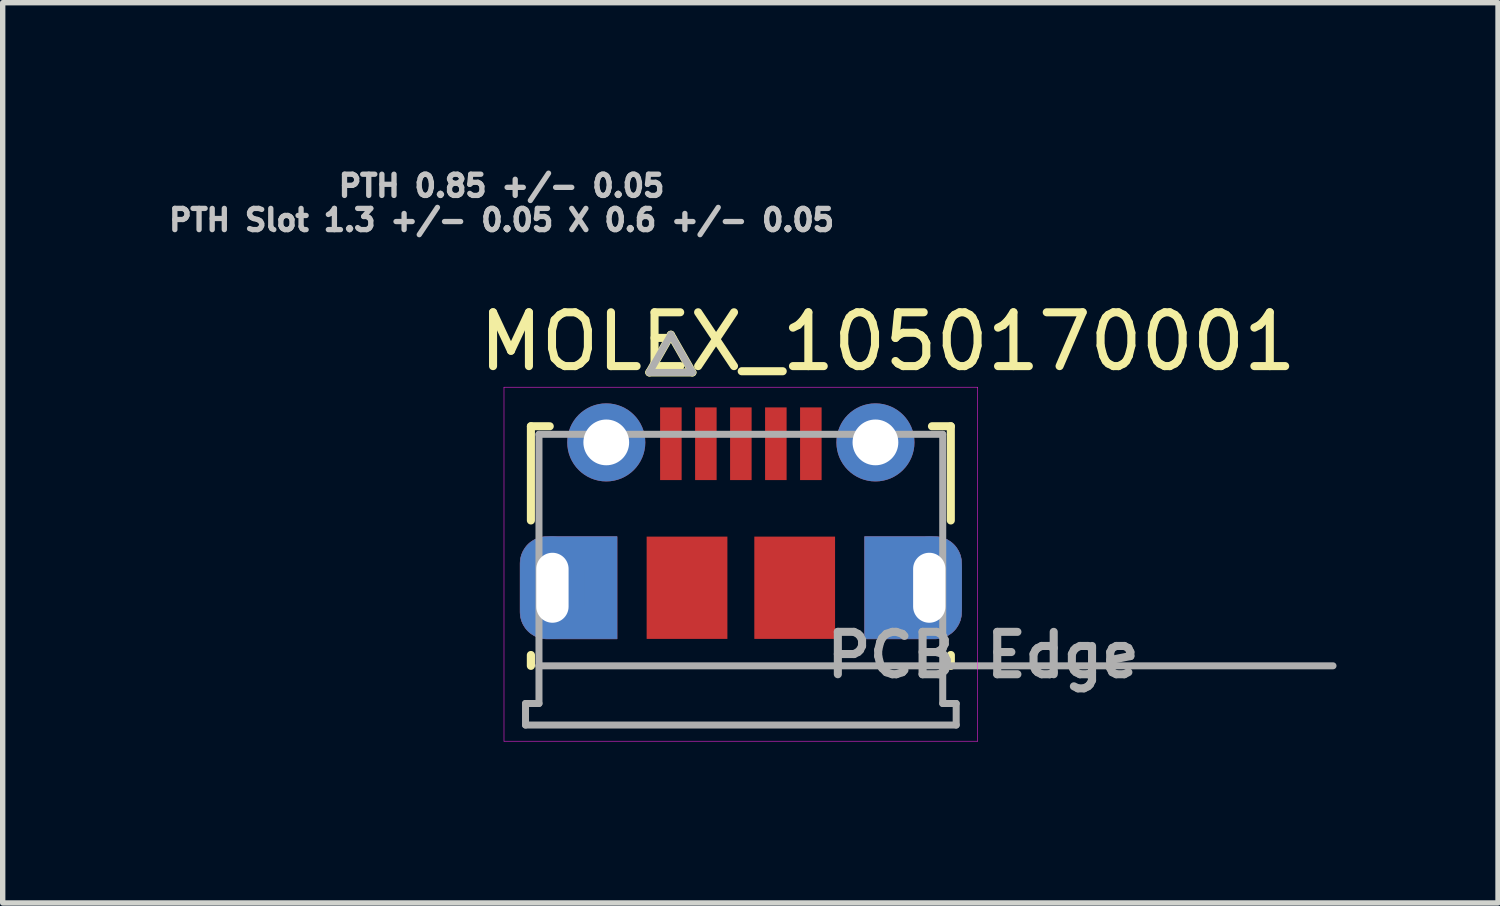
<source format=kicad_pcb>
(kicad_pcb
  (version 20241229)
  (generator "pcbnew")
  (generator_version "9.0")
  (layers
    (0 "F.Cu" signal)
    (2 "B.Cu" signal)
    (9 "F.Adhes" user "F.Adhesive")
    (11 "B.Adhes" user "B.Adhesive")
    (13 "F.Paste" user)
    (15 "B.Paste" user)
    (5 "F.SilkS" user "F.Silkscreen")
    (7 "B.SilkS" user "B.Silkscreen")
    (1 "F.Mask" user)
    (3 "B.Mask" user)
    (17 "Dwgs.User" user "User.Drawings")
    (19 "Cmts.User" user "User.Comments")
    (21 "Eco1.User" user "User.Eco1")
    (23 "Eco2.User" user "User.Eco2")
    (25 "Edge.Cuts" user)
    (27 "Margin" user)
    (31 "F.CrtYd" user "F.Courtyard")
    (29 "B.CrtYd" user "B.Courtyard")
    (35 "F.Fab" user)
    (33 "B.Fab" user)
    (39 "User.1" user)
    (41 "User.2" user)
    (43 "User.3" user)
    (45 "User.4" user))
  (footprint "MOLEX_1050170001"
    (layer "F.Cu")
    (at 10.712 9.318)
    (property "Reference" "MOLEX_1050170001" (at 2.73 -6.022 0) (layer "F.SilkS") (effects (font (size 1 1) (thickness 0.15))))
    (attr smd)
    (fp_poly (pts (xy -2.3 -0.5) (xy -3.6 -0.5) (xy -3.626 -0.501) (xy -3.652 -0.503) (xy -3.678 -0.506) (xy -3.704 -0.511) (xy -3.729 -0.517) (xy -3.755 -0.524) (xy -3.779 -0.533) (xy -3.803 -0.543) (xy -3.827 -0.554) (xy -3.85 -0.567) (xy -3.872 -0.581) (xy -3.894 -0.595) (xy -3.915 -0.611) (xy -3.935 -0.628) (xy -3.954 -0.646) (xy -3.972 -0.665) (xy -3.989 -0.685) (xy -4.005 -0.706) (xy -4.019 -0.728) (xy -4.033 -0.75) (xy -4.046 -0.773) (xy -4.057 -0.797) (xy -4.067 -0.821) (xy -4.076 -0.845) (xy -4.083 -0.871) (xy -4.089 -0.896) (xy -4.094 -0.922) (xy -4.097 -0.948) (xy -4.099 -0.974) (xy -4.1 -1) (xy -4.1 -1.9) (xy -4.099 -1.926) (xy -4.097 -1.952) (xy -4.094 -1.978) (xy -4.089 -2.004) (xy -4.083 -2.029) (xy -4.076 -2.055) (xy -4.067 -2.079) (xy -4.057 -2.103) (xy -4.046 -2.127) (xy -4.033 -2.15) (xy -4.019 -2.172) (xy -4.005 -2.194) (xy -3.989 -2.215) (xy -3.972 -2.235) (xy -3.954 -2.254) (xy -3.935 -2.272) (xy -3.915 -2.289) (xy -3.894 -2.305) (xy -3.872 -2.319) (xy -3.85 -2.333) (xy -3.827 -2.346) (xy -3.803 -2.357) (xy -3.779 -2.367) (xy -3.755 -2.376) (xy -3.729 -2.383) (xy -3.704 -2.389) (xy -3.678 -2.394) (xy -3.652 -2.397) (xy -3.626 -2.399) (xy -3.6 -2.4) (xy -2.3 -2.4) (xy -2.3 -0.5)) (stroke (width 0.01) (type solid)) (fill yes) (layer "F.Cu"))
    (fp_poly (pts (xy 2.3 -0.5) (xy 3.6 -0.5) (xy 3.626 -0.501) (xy 3.652 -0.503) (xy 3.678 -0.506) (xy 3.704 -0.511) (xy 3.729 -0.517) (xy 3.755 -0.524) (xy 3.779 -0.533) (xy 3.803 -0.543) (xy 3.827 -0.554) (xy 3.85 -0.567) (xy 3.872 -0.581) (xy 3.894 -0.595) (xy 3.915 -0.611) (xy 3.935 -0.628) (xy 3.954 -0.646) (xy 3.972 -0.665) (xy 3.989 -0.685) (xy 4.005 -0.706) (xy 4.019 -0.728) (xy 4.033 -0.75) (xy 4.046 -0.773) (xy 4.057 -0.797) (xy 4.067 -0.821) (xy 4.076 -0.845) (xy 4.083 -0.871) (xy 4.089 -0.896) (xy 4.094 -0.922) (xy 4.097 -0.948) (xy 4.099 -0.974) (xy 4.1 -1) (xy 4.1 -1.9) (xy 4.099 -1.926) (xy 4.097 -1.952) (xy 4.094 -1.978) (xy 4.089 -2.004) (xy 4.083 -2.029) (xy 4.076 -2.055) (xy 4.067 -2.079) (xy 4.057 -2.103) (xy 4.046 -2.127) (xy 4.033 -2.15) (xy 4.019 -2.172) (xy 4.005 -2.194) (xy 3.989 -2.215) (xy 3.972 -2.235) (xy 3.954 -2.254) (xy 3.935 -2.272) (xy 3.915 -2.289) (xy 3.894 -2.305) (xy 3.872 -2.319) (xy 3.85 -2.333) (xy 3.827 -2.346) (xy 3.803 -2.357) (xy 3.779 -2.367) (xy 3.755 -2.376) (xy 3.729 -2.383) (xy 3.704 -2.389) (xy 3.678 -2.394) (xy 3.652 -2.397) (xy 3.626 -2.399) (xy 3.6 -2.4) (xy 2.3 -2.4) (xy 2.3 -0.5)) (stroke (width 0.01) (type solid)) (fill yes) (layer "F.Cu"))
    (fp_circle (center -2.5 -4.15) (end -2.106 -4.15) (stroke (width 0.788) (type solid)) (fill no) (layer "F.Mask"))
    (fp_circle (center 2.5 -4.15) (end 2.894 -4.15) (stroke (width 0.788) (type solid)) (fill no) (layer "F.Mask"))
    (fp_poly (pts (xy -1.813 -2.463) (xy -0.186 -2.463) (xy -0.186 -0.436) (xy -1.813 -0.436)) (stroke (width 0.01) (type solid)) (fill yes) (layer "F.Mask"))
    (fp_poly (pts (xy -1.563 -4.864) (xy -1.036 -4.864) (xy -1.036 -3.386) (xy -1.563 -3.386)) (stroke (width 0.01) (type solid)) (fill yes) (layer "F.Mask"))
    (fp_poly (pts (xy -0.913 -4.864) (xy -0.387 -4.864) (xy -0.387 -3.386) (xy -0.913 -3.386)) (stroke (width 0.01) (type solid)) (fill yes) (layer "F.Mask"))
    (fp_poly (pts (xy -0.264 -4.864) (xy 0.264 -4.864) (xy 0.264 -3.386) (xy -0.264 -3.386)) (stroke (width 0.01) (type solid)) (fill yes) (layer "F.Mask"))
    (fp_poly (pts (xy 0.186 -2.463) (xy 1.813 -2.463) (xy 1.813 -0.436) (xy 0.186 -0.436)) (stroke (width 0.01) (type solid)) (fill yes) (layer "F.Mask"))
    (fp_poly (pts (xy 0.387 -4.864) (xy 0.913 -4.864) (xy 0.913 -3.386) (xy 0.387 -3.386)) (stroke (width 0.01) (type solid)) (fill yes) (layer "F.Mask"))
    (fp_poly (pts (xy 1.036 -4.864) (xy 1.563 -4.864) (xy 1.563 -3.386) (xy 1.036 -3.386)) (stroke (width 0.01) (type solid)) (fill yes) (layer "F.Mask"))
    (fp_poly (pts (xy -2.236 -0.436) (xy -3.6 -0.436) (xy -3.629 -0.437) (xy -3.659 -0.44) (xy -3.688 -0.443) (xy -3.717 -0.449) (xy -3.746 -0.456) (xy -3.774 -0.464) (xy -3.802 -0.474) (xy -3.829 -0.485) (xy -3.856 -0.498) (xy -3.882 -0.512) (xy -3.907 -0.527) (xy -3.931 -0.544) (xy -3.955 -0.562) (xy -3.977 -0.581) (xy -3.998 -0.602) (xy -4.019 -0.623) (xy -4.038 -0.645) (xy -4.056 -0.669) (xy -4.073 -0.693) (xy -4.088 -0.718) (xy -4.102 -0.744) (xy -4.115 -0.771) (xy -4.126 -0.798) (xy -4.136 -0.826) (xy -4.144 -0.854) (xy -4.151 -0.883) (xy -4.157 -0.912) (xy -4.16 -0.941) (xy -4.163 -0.971) (xy -4.163 -1) (xy -4.163 -1.9) (xy -4.163 -1.929) (xy -4.16 -1.959) (xy -4.157 -1.988) (xy -4.151 -2.017) (xy -4.144 -2.046) (xy -4.136 -2.074) (xy -4.126 -2.102) (xy -4.115 -2.129) (xy -4.102 -2.156) (xy -4.088 -2.182) (xy -4.073 -2.207) (xy -4.056 -2.231) (xy -4.038 -2.255) (xy -4.019 -2.277) (xy -3.998 -2.298) (xy -3.977 -2.319) (xy -3.955 -2.338) (xy -3.931 -2.356) (xy -3.907 -2.373) (xy -3.882 -2.388) (xy -3.856 -2.402) (xy -3.829 -2.415) (xy -3.802 -2.426) (xy -3.774 -2.436) (xy -3.746 -2.444) (xy -3.717 -2.451) (xy -3.688 -2.457) (xy -3.659 -2.46) (xy -3.629 -2.463) (xy -3.6 -2.463) (xy -2.236 -2.463) (xy -2.236 -0.436) (xy -2.236 -0.436)) (stroke (width 0.01) (type solid)) (fill yes) (layer "F.Mask"))
    (fp_poly (pts (xy 2.236 -0.436) (xy 3.6 -0.436) (xy 3.629 -0.437) (xy 3.659 -0.44) (xy 3.688 -0.443) (xy 3.717 -0.449) (xy 3.746 -0.456) (xy 3.774 -0.464) (xy 3.802 -0.474) (xy 3.829 -0.485) (xy 3.856 -0.498) (xy 3.882 -0.512) (xy 3.907 -0.527) (xy 3.931 -0.544) (xy 3.955 -0.562) (xy 3.977 -0.581) (xy 3.998 -0.602) (xy 4.019 -0.623) (xy 4.038 -0.645) (xy 4.056 -0.669) (xy 4.073 -0.693) (xy 4.088 -0.718) (xy 4.102 -0.744) (xy 4.115 -0.771) (xy 4.126 -0.798) (xy 4.136 -0.826) (xy 4.144 -0.854) (xy 4.151 -0.883) (xy 4.157 -0.912) (xy 4.16 -0.941) (xy 4.163 -0.971) (xy 4.163 -1) (xy 4.163 -1.9) (xy 4.163 -1.929) (xy 4.16 -1.959) (xy 4.157 -1.988) (xy 4.151 -2.017) (xy 4.144 -2.046) (xy 4.136 -2.074) (xy 4.126 -2.102) (xy 4.115 -2.129) (xy 4.102 -2.156) (xy 4.088 -2.182) (xy 4.073 -2.207) (xy 4.056 -2.231) (xy 4.038 -2.255) (xy 4.019 -2.277) (xy 3.998 -2.298) (xy 3.977 -2.319) (xy 3.955 -2.338) (xy 3.931 -2.356) (xy 3.907 -2.373) (xy 3.882 -2.388) (xy 3.856 -2.402) (xy 3.829 -2.415) (xy 3.802 -2.426) (xy 3.774 -2.436) (xy 3.746 -2.444) (xy 3.717 -2.451) (xy 3.688 -2.457) (xy 3.659 -2.46) (xy 3.629 -2.463) (xy 3.6 -2.463) (xy 2.236 -2.463) (xy 2.236 -0.436) (xy 2.236 -0.436)) (stroke (width 0.01) (type solid)) (fill yes) (layer "F.Mask"))
    (fp_poly (pts (xy -2.3 -0.5) (xy -3.6 -0.5) (xy -3.626 -0.501) (xy -3.652 -0.503) (xy -3.678 -0.506) (xy -3.704 -0.511) (xy -3.729 -0.517) (xy -3.755 -0.524) (xy -3.779 -0.533) (xy -3.803 -0.543) (xy -3.827 -0.554) (xy -3.85 -0.567) (xy -3.872 -0.581) (xy -3.894 -0.595) (xy -3.915 -0.611) (xy -3.935 -0.628) (xy -3.954 -0.646) (xy -3.972 -0.665) (xy -3.989 -0.685) (xy -4.005 -0.706) (xy -4.019 -0.728) (xy -4.033 -0.75) (xy -4.046 -0.773) (xy -4.057 -0.797) (xy -4.067 -0.821) (xy -4.076 -0.845) (xy -4.083 -0.871) (xy -4.089 -0.896) (xy -4.094 -0.922) (xy -4.097 -0.948) (xy -4.099 -0.974) (xy -4.1 -1) (xy -4.1 -1.9) (xy -4.099 -1.926) (xy -4.097 -1.952) (xy -4.094 -1.978) (xy -4.089 -2.004) (xy -4.083 -2.029) (xy -4.076 -2.055) (xy -4.067 -2.079) (xy -4.057 -2.103) (xy -4.046 -2.127) (xy -4.033 -2.15) (xy -4.019 -2.172) (xy -4.005 -2.194) (xy -3.989 -2.215) (xy -3.972 -2.235) (xy -3.954 -2.254) (xy -3.935 -2.272) (xy -3.915 -2.289) (xy -3.894 -2.305) (xy -3.872 -2.319) (xy -3.85 -2.333) (xy -3.827 -2.346) (xy -3.803 -2.357) (xy -3.779 -2.367) (xy -3.755 -2.376) (xy -3.729 -2.383) (xy -3.704 -2.389) (xy -3.678 -2.394) (xy -3.652 -2.397) (xy -3.626 -2.399) (xy -3.6 -2.4) (xy -2.3 -2.4) (xy -2.3 -0.5)) (stroke (width 0.01) (type solid)) (fill yes) (layer "B.Cu"))
    (fp_poly (pts (xy 2.3 -0.5) (xy 3.6 -0.5) (xy 3.626 -0.501) (xy 3.652 -0.503) (xy 3.678 -0.506) (xy 3.704 -0.511) (xy 3.729 -0.517) (xy 3.755 -0.524) (xy 3.779 -0.533) (xy 3.803 -0.543) (xy 3.827 -0.554) (xy 3.85 -0.567) (xy 3.872 -0.581) (xy 3.894 -0.595) (xy 3.915 -0.611) (xy 3.935 -0.628) (xy 3.954 -0.646) (xy 3.972 -0.665) (xy 3.989 -0.685) (xy 4.005 -0.706) (xy 4.019 -0.728) (xy 4.033 -0.75) (xy 4.046 -0.773) (xy 4.057 -0.797) (xy 4.067 -0.821) (xy 4.076 -0.845) (xy 4.083 -0.871) (xy 4.089 -0.896) (xy 4.094 -0.922) (xy 4.097 -0.948) (xy 4.099 -0.974) (xy 4.1 -1) (xy 4.1 -1.9) (xy 4.099 -1.926) (xy 4.097 -1.952) (xy 4.094 -1.978) (xy 4.089 -2.004) (xy 4.083 -2.029) (xy 4.076 -2.055) (xy 4.067 -2.079) (xy 4.057 -2.103) (xy 4.046 -2.127) (xy 4.033 -2.15) (xy 4.019 -2.172) (xy 4.005 -2.194) (xy 3.989 -2.215) (xy 3.972 -2.235) (xy 3.954 -2.254) (xy 3.935 -2.272) (xy 3.915 -2.289) (xy 3.894 -2.305) (xy 3.872 -2.319) (xy 3.85 -2.333) (xy 3.827 -2.346) (xy 3.803 -2.357) (xy 3.779 -2.367) (xy 3.755 -2.376) (xy 3.729 -2.383) (xy 3.704 -2.389) (xy 3.678 -2.394) (xy 3.652 -2.397) (xy 3.626 -2.399) (xy 3.6 -2.4) (xy 2.3 -2.4) (xy 2.3 -0.5)) (stroke (width 0.01) (type solid)) (fill yes) (layer "B.Cu"))
    (fp_circle (center -2.5 -4.15) (end -2.106 -4.15) (stroke (width 0.788) (type solid)) (fill no) (layer "B.Mask"))
    (fp_circle (center 2.5 -4.15) (end 2.894 -4.15) (stroke (width 0.788) (type solid)) (fill no) (layer "B.Mask"))
    (fp_poly (pts (xy -2.236 -0.436) (xy -3.6 -0.436) (xy -3.629 -0.437) (xy -3.659 -0.44) (xy -3.688 -0.443) (xy -3.717 -0.449) (xy -3.746 -0.456) (xy -3.774 -0.464) (xy -3.802 -0.474) (xy -3.829 -0.485) (xy -3.856 -0.498) (xy -3.882 -0.512) (xy -3.907 -0.527) (xy -3.931 -0.544) (xy -3.955 -0.562) (xy -3.977 -0.581) (xy -3.998 -0.602) (xy -4.019 -0.623) (xy -4.038 -0.645) (xy -4.056 -0.669) (xy -4.073 -0.693) (xy -4.088 -0.718) (xy -4.102 -0.744) (xy -4.115 -0.771) (xy -4.126 -0.798) (xy -4.136 -0.826) (xy -4.144 -0.854) (xy -4.151 -0.883) (xy -4.157 -0.912) (xy -4.16 -0.941) (xy -4.163 -0.971) (xy -4.163 -1) (xy -4.163 -1.9) (xy -4.163 -1.929) (xy -4.16 -1.959) (xy -4.157 -1.988) (xy -4.151 -2.017) (xy -4.144 -2.046) (xy -4.136 -2.074) (xy -4.126 -2.102) (xy -4.115 -2.129) (xy -4.102 -2.156) (xy -4.088 -2.182) (xy -4.073 -2.207) (xy -4.056 -2.231) (xy -4.038 -2.255) (xy -4.019 -2.277) (xy -3.998 -2.298) (xy -3.977 -2.319) (xy -3.955 -2.338) (xy -3.931 -2.356) (xy -3.907 -2.373) (xy -3.882 -2.388) (xy -3.856 -2.402) (xy -3.829 -2.415) (xy -3.802 -2.426) (xy -3.774 -2.436) (xy -3.746 -2.444) (xy -3.717 -2.451) (xy -3.688 -2.457) (xy -3.659 -2.46) (xy -3.629 -2.463) (xy -3.6 -2.463) (xy -2.236 -2.463) (xy -2.236 -0.436) (xy -2.236 -0.436)) (stroke (width 0.01) (type solid)) (fill yes) (layer "B.Mask"))
    (fp_poly (pts (xy 2.236 -0.436) (xy 3.6 -0.436) (xy 3.629 -0.437) (xy 3.659 -0.44) (xy 3.688 -0.443) (xy 3.717 -0.449) (xy 3.746 -0.456) (xy 3.774 -0.464) (xy 3.802 -0.474) (xy 3.829 -0.485) (xy 3.856 -0.498) (xy 3.882 -0.512) (xy 3.907 -0.527) (xy 3.931 -0.544) (xy 3.955 -0.562) (xy 3.977 -0.581) (xy 3.998 -0.602) (xy 4.019 -0.623) (xy 4.038 -0.645) (xy 4.056 -0.669) (xy 4.073 -0.693) (xy 4.088 -0.718) (xy 4.102 -0.744) (xy 4.115 -0.771) (xy 4.126 -0.798) (xy 4.136 -0.826) (xy 4.144 -0.854) (xy 4.151 -0.883) (xy 4.157 -0.912) (xy 4.16 -0.941) (xy 4.163 -0.971) (xy 4.163 -1) (xy 4.163 -1.9) (xy 4.163 -1.929) (xy 4.16 -1.959) (xy 4.157 -1.988) (xy 4.151 -2.017) (xy 4.144 -2.046) (xy 4.136 -2.074) (xy 4.126 -2.102) (xy 4.115 -2.129) (xy 4.102 -2.156) (xy 4.088 -2.182) (xy 4.073 -2.207) (xy 4.056 -2.231) (xy 4.038 -2.255) (xy 4.019 -2.277) (xy 3.998 -2.298) (xy 3.977 -2.319) (xy 3.955 -2.338) (xy 3.931 -2.356) (xy 3.907 -2.373) (xy 3.882 -2.388) (xy 3.856 -2.402) (xy 3.829 -2.415) (xy 3.802 -2.426) (xy 3.774 -2.436) (xy 3.746 -2.444) (xy 3.717 -2.451) (xy 3.688 -2.457) (xy 3.659 -2.46) (xy 3.629 -2.463) (xy 3.6 -2.463) (xy 2.236 -2.463) (xy 2.236 -0.436) (xy 2.236 -0.436)) (stroke (width 0.01) (type solid)) (fill yes) (layer "B.Mask"))
    (fp_line (start -3.9 -4.45) (end -3.55 -4.45) (stroke (width 0.15) (type solid)) (layer "F.SilkS"))
    (fp_line (start -3.9 -2.7) (end -3.9 -4.45) (stroke (width 0.15) (type solid)) (layer "F.SilkS"))
    (fp_line (start -3.9 -0.2) (end -3.9 0) (stroke (width 0.152) (type solid)) (layer "F.SilkS"))
    (fp_line (start -1.7 -5.45) (end -0.9 -5.45) (stroke (width 0.15) (type solid)) (layer "F.SilkS"))
    (fp_line (start -1.3 -6.15) (end -1.7 -5.45) (stroke (width 0.15) (type solid)) (layer "F.SilkS"))
    (fp_line (start -0.9 -5.45) (end -1.3 -6.15) (stroke (width 0.15) (type solid)) (layer "F.SilkS"))
    (fp_line (start 3.9 -4.45) (end 3.55 -4.45) (stroke (width 0.15) (type solid)) (layer "F.SilkS"))
    (fp_line (start 3.9 -2.7) (end 3.9 -4.45) (stroke (width 0.15) (type solid)) (layer "F.SilkS"))
    (fp_line (start 3.9 0) (end 3.9 -0.2) (stroke (width 0.152) (type solid)) (layer "F.SilkS"))
    (fp_line (start -4.4 -5.175) (end -4.4 1.4) (stroke (width 0.01) (type solid)) (layer "F.CrtYd"))
    (fp_line (start -4.4 1.4) (end 4.4 1.4) (stroke (width 0.01) (type solid)) (layer "F.CrtYd"))
    (fp_line (start 4.4 -5.175) (end -4.4 -5.175) (stroke (width 0.01) (type solid)) (layer "F.CrtYd"))
    (fp_line (start 4.4 1.4) (end 4.4 -5.175) (stroke (width 0.01) (type solid)) (layer "F.CrtYd"))
    (fp_line (start -4 0.7) (end -3.75 0.7) (stroke (width 0.13) (type solid)) (layer "F.Fab"))
    (fp_line (start -4 1.1) (end -4 0.7) (stroke (width 0.13) (type solid)) (layer "F.Fab"))
    (fp_line (start -3.75 -4.3) (end 3.75 -4.3) (stroke (width 0.13) (type solid)) (layer "F.Fab"))
    (fp_line (start -3.75 0) (end -3.75 -4.3) (stroke (width 0.13) (type solid)) (layer "F.Fab"))
    (fp_line (start -3.75 0) (end 11 0) (stroke (width 0.13) (type solid)) (layer "F.Fab"))
    (fp_line (start -3.75 0.7) (end -3.75 0) (stroke (width 0.13) (type solid)) (layer "F.Fab"))
    (fp_line (start -1.7 -5.45) (end -0.9 -5.45) (stroke (width 0.13) (type solid)) (layer "F.Fab"))
    (fp_line (start -1.3 -6.15) (end -1.7 -5.45) (stroke (width 0.13) (type solid)) (layer "F.Fab"))
    (fp_line (start -0.9 -5.45) (end -1.3 -6.15) (stroke (width 0.13) (type solid)) (layer "F.Fab"))
    (fp_line (start 3.75 -4.3) (end 3.75 0.7) (stroke (width 0.13) (type solid)) (layer "F.Fab"))
    (fp_line (start 3.75 0.7) (end 4 0.7) (stroke (width 0.13) (type solid)) (layer "F.Fab"))
    (fp_line (start 4 0.7) (end 4 1.1) (stroke (width 0.13) (type solid)) (layer "F.Fab"))
    (fp_line (start 4 1.1) (end -4 1.1) (stroke (width 0.13) (type solid)) (layer "F.Fab"))
    (fp_text user "PTH 0.85 +/- 0.05" (at -4.445 -8.915 0) (layer "Dwgs.User") (effects (font (size 0.394 0.394) (thickness 0.15))))
    (fp_text user "PTH Slot 1.3 +/- 0.05 X 0.6 +/- 0.05" (at -4.445 -8.28 0) (layer "Dwgs.User") (effects (font (size 0.394 0.394) (thickness 0.15))))
    (fp_text user "PCB Edge" (at 4.5 -0.2 0) (layer "F.Fab") (effects (font (size 0.787 0.787) (thickness 0.15))))
    (pad "1" smd rect (at -1.3 -4.125) (size 0.4 1.35) (layers "F.Cu" "F.Paste"))
    (pad "2" smd rect (at -0.65 -4.125) (size 0.4 1.35) (layers "F.Cu" "F.Paste"))
    (pad "3" smd rect (at 0 -4.125) (size 0.4 1.35) (layers "F.Cu" "F.Paste"))
    (pad "4" smd rect (at 0.65 -4.125) (size 0.4 1.35) (layers "F.Cu" "F.Paste"))
    (pad "5" smd rect (at 1.3 -4.125) (size 0.4 1.35) (layers "F.Cu" "F.Paste"))
    (pad "SH1" thru_hole circle (at -2.5 -4.15) (size 1.45 1.45) (drill 0.85) (layers "*.Cu"))
    (pad "SH2" thru_hole circle (at 2.5 -4.15) (size 1.45 1.45) (drill 0.85) (layers "*.Cu"))
    (pad "SH3" thru_hole oval (at -3.5 -1.45) (size 1.2 1.9) (drill oval 0.6 1.3) (layers "*.Cu"))
    (pad "SH4" smd rect (at -1 -1.45) (size 1.5 1.9) (layers "F.Cu" "F.Paste"))
    (pad "SH5" smd rect (at 1 -1.45) (size 1.5 1.9) (layers "F.Cu" "F.Paste"))
    (pad "SH6" thru_hole oval (at 3.5 -1.45) (size 1.2 1.9) (drill oval 0.6 1.3) (layers "*.Cu")))
  (gr_rect
    (start -3 -3)
    (end 24.777 13.723)
    (stroke (width 0.1) (type default))
    (fill no)
    (layer "Edge.Cuts")))
</source>
